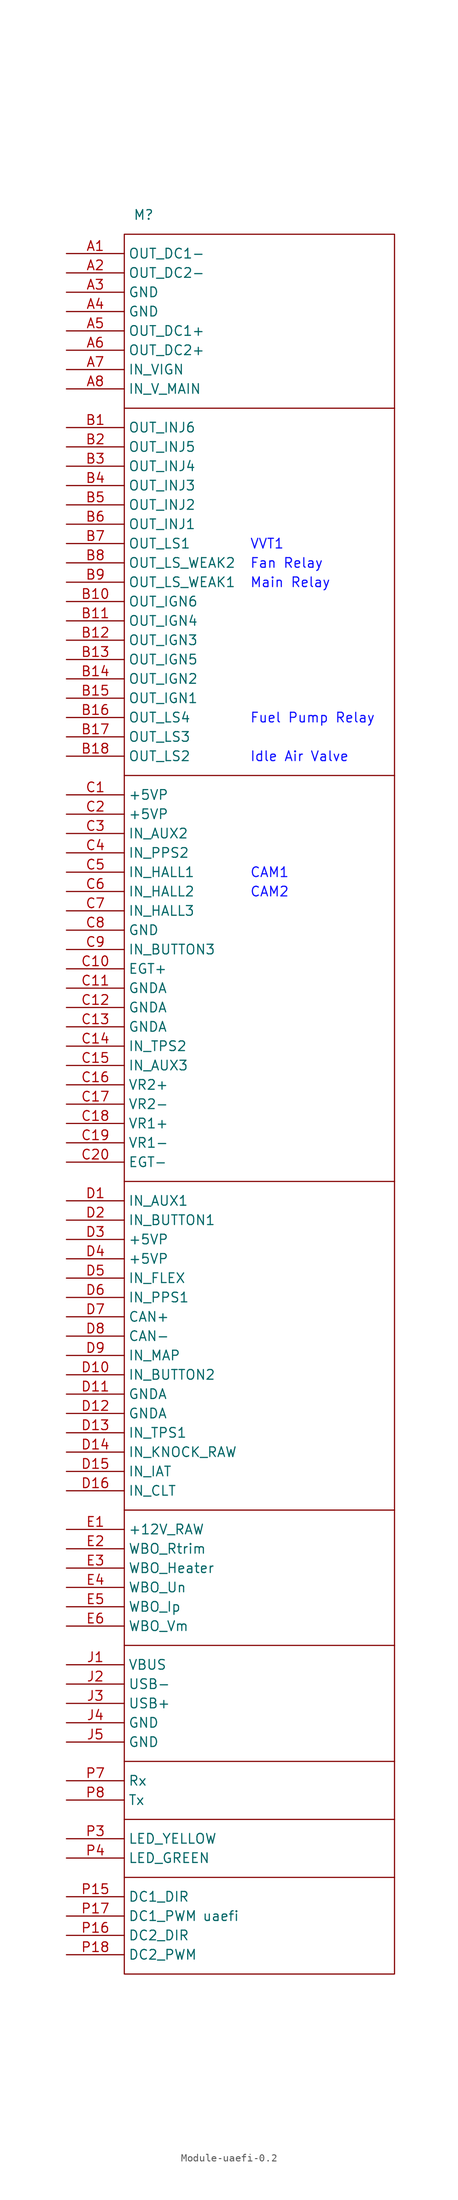
<source format=kicad_sym>
(kicad_symbol_lib
  (version 20220914)
  (generator kicad_symbol_editor)
  (symbol "Module-uaefi-0.2"
    (property "Reference" "M"
      (at 10.16 5.08 0)
      (effects (font (size 1.27 1.27))))
    (property "Value" "uaefi"
      (at 20.32 -218.44 0)
      (effects (font (size 1.27 1.27))))
    (symbol "Module-uaefi-0.2_0_1"
      (polyline (pts (xy 7.62 -213.36) (xy 43.18 -213.36)) (stroke (width 0) (type default)) (fill (type none)))
      (polyline (pts (xy 7.62 -205.74) (xy 43.18 -205.74)) (stroke (width 0) (type default)) (fill (type none)))
      (polyline (pts (xy 7.62 -198.12) (xy 43.18 -198.12)) (stroke (width 0) (type default)) (fill (type none)))
      (polyline (pts (xy 7.62 -182.88) (xy 43.18 -182.88)) (stroke (width 0) (type default)) (fill (type none)))
      (polyline (pts (xy 7.62 -165.1) (xy 43.18 -165.1)) (stroke (width 0) (type default)) (fill (type none)))
      (polyline (pts (xy 7.62 -121.92) (xy 43.18 -121.92)) (stroke (width 0) (type default)) (fill (type none)))
      (polyline (pts (xy 7.62 -68.58) (xy 43.18 -68.58)) (stroke (width 0) (type default)) (fill (type none)))
      (polyline (pts (xy 7.62 -20.32) (xy 43.18 -20.32)) (stroke (width 0) (type default)) (fill (type none)))
      (rectangle (start 7.62 2.54) (end 43.18 -226.06) (stroke (width 0) (type default)) (fill (type none))))
    (symbol "Module-uaefi-0.2_1_0"
      (pin passive line (at 0 -106.68 0) (length 7.62) (name "IN_AUX3" (effects (font (size 1.27 1.27)))) (number "C15" (effects (font (size 1.27 1.27)))))
      (pin passive line (at 0 -109.22 0) (length 7.62) (name "VR2+" (effects (font (size 1.27 1.27)))) (number "C16" (effects (font (size 1.27 1.27)))))
      (pin passive line (at 0 -111.76 0) (length 7.62) (name "VR2-" (effects (font (size 1.27 1.27)))) (number "C17" (effects (font (size 1.27 1.27)))))
      (pin passive line (at 0 -114.3 0) (length 7.62) (name "VR1+" (effects (font (size 1.27 1.27)))) (number "C18" (effects (font (size 1.27 1.27)))))
      (pin passive line (at 0 -116.84 0) (length 7.62) (name "VR1-" (effects (font (size 1.27 1.27)))) (number "C19" (effects (font (size 1.27 1.27)))))
      (pin passive line (at 0 -119.38 0) (length 7.62) (name "EGT-" (effects (font (size 1.27 1.27)))) (number "C20" (effects (font (size 1.27 1.27)))))
      (pin passive line (at 0 -124.46 0) (length 7.62) (name "IN_AUX1" (effects (font (size 1.27 1.27)))) (number "D1" (effects (font (size 1.27 1.27)))))
      (pin passive line (at 0 -147.32 0) (length 7.62) (name "IN_BUTTON2" (effects (font (size 1.27 1.27)))) (number "D10" (effects (font (size 1.27 1.27)))))
      (pin passive line (at 0 -149.86 0) (length 7.62) (name "GNDA" (effects (font (size 1.27 1.27)))) (number "D11" (effects (font (size 1.27 1.27)))))
      (pin passive line (at 0 -152.4 0) (length 7.62) (name "GNDA" (effects (font (size 1.27 1.27)))) (number "D12" (effects (font (size 1.27 1.27)))))
      (pin passive line (at 0 -154.94 0) (length 7.62) (name "IN_TPS1" (effects (font (size 1.27 1.27)))) (number "D13" (effects (font (size 1.27 1.27)))))
      (pin passive line (at 0 -157.48 0) (length 7.62) (name "IN_KNOCK_RAW" (effects (font (size 1.27 1.27)))) (number "D14" (effects (font (size 1.27 1.27)))))
      (pin passive line (at 0 -160.02 0) (length 7.62) (name "IN_IAT" (effects (font (size 1.27 1.27)))) (number "D15" (effects (font (size 1.27 1.27)))))
      (pin passive line (at 0 -162.56 0) (length 7.62) (name "IN_CLT" (effects (font (size 1.27 1.27)))) (number "D16" (effects (font (size 1.27 1.27)))))
      (pin passive line (at 0 -127 0) (length 7.62) (name "IN_BUTTON1" (effects (font (size 1.27 1.27)))) (number "D2" (effects (font (size 1.27 1.27)))))
      (pin passive line (at 0 -129.54 0) (length 7.62) (name "+5VP" (effects (font (size 1.27 1.27)))) (number "D3" (effects (font (size 1.27 1.27)))))
      (pin passive line (at 0 -132.08 0) (length 7.62) (name "+5VP" (effects (font (size 1.27 1.27)))) (number "D4" (effects (font (size 1.27 1.27)))))
      (pin passive line (at 0 -134.62 0) (length 7.62) (name "IN_FLEX" (effects (font (size 1.27 1.27)))) (number "D5" (effects (font (size 1.27 1.27)))))
      (pin passive line (at 0 -137.16 0) (length 7.62) (name "IN_PPS1" (effects (font (size 1.27 1.27)))) (number "D6" (effects (font (size 1.27 1.27)))))
      (pin passive line (at 0 -139.7 0) (length 7.62) (name "CAN+" (effects (font (size 1.27 1.27)))) (number "D7" (effects (font (size 1.27 1.27)))))
      (pin passive line (at 0 -142.24 0) (length 7.62) (name "CAN-" (effects (font (size 1.27 1.27)))) (number "D8" (effects (font (size 1.27 1.27)))))
      (pin passive line (at 0 -144.78 0) (length 7.62) (name "IN_MAP" (effects (font (size 1.27 1.27)))) (number "D9" (effects (font (size 1.27 1.27)))))
      (pin passive line (at 0 -167.64 0) (length 7.62) (name "+12V_RAW" (effects (font (size 1.27 1.27)))) (number "E1" (effects (font (size 1.27 1.27)))))
      (pin passive line (at 0 -170.18 0) (length 7.62) (name "WBO_Rtrim" (effects (font (size 1.27 1.27)))) (number "E2" (effects (font (size 1.27 1.27)))))
      (pin passive line (at 0 -172.72 0) (length 7.62) (name "WBO_Heater" (effects (font (size 1.27 1.27)))) (number "E3" (effects (font (size 1.27 1.27)))))
      (pin passive line (at 0 -175.26 0) (length 7.62) (name "WBO_Un" (effects (font (size 1.27 1.27)))) (number "E4" (effects (font (size 1.27 1.27)))))
      (pin passive line (at 0 -177.8 0) (length 7.62) (name "WBO_Ip" (effects (font (size 1.27 1.27)))) (number "E5" (effects (font (size 1.27 1.27)))))
      (pin passive line (at 0 -180.34 0) (length 7.62) (name "WBO_Vm" (effects (font (size 1.27 1.27)))) (number "E6" (effects (font (size 1.27 1.27)))))
      (pin passive line (at 0 -185.42 0) (length 7.62) (name "VBUS" (effects (font (size 1.27 1.27)))) (number "J1" (effects (font (size 1.27 1.27)))))
      (pin passive line (at 0 -187.96 0) (length 7.62) (name "USB-" (effects (font (size 1.27 1.27)))) (number "J2" (effects (font (size 1.27 1.27)))))
      (pin passive line (at 0 -190.5 0) (length 7.62) (name "USB+" (effects (font (size 1.27 1.27)))) (number "J3" (effects (font (size 1.27 1.27)))))
      (pin passive line (at 0 -193.04 0) (length 7.62) (name "GND" (effects (font (size 1.27 1.27)))) (number "J4" (effects (font (size 1.27 1.27)))))
      (pin passive line (at 0 -195.58 0) (length 7.62) (name "GND" (effects (font (size 1.27 1.27)))) (number "J5" (effects (font (size 1.27 1.27)))))
      (pin passive line (at 0 -215.9 0) (length 7.62) (name "DC1_DIR" (effects (font (size 1.27 1.27)))) (number "P15" (effects (font (size 1.27 1.27)))))
      (pin passive line (at 0 -220.98 0) (length 7.62) (name "DC2_DIR" (effects (font (size 1.27 1.27)))) (number "P16" (effects (font (size 1.27 1.27)))))
      (pin passive line (at 0 -218.44 0) (length 7.62) (name "DC1_PWM" (effects (font (size 1.27 1.27)))) (number "P17" (effects (font (size 1.27 1.27)))))
      (pin passive line (at 0 -223.52 0) (length 7.62) (name "DC2_PWM" (effects (font (size 1.27 1.27)))) (number "P18" (effects (font (size 1.27 1.27)))))
      (pin passive line (at 0 -208.28 0) (length 7.62) (name "LED_YELLOW" (effects (font (size 1.27 1.27)))) (number "P3" (effects (font (size 1.27 1.27)))))
      (pin passive line (at 0 -210.82 0) (length 7.62) (name "LED_GREEN" (effects (font (size 1.27 1.27)))) (number "P4" (effects (font (size 1.27 1.27)))))
      (pin passive line (at 0 -200.66 0) (length 7.62) (name "Rx" (effects (font (size 1.27 1.27)))) (number "P7" (effects (font (size 1.27 1.27)))))
      (pin passive line (at 0 -203.2 0) (length 7.62) (name "Tx" (effects (font (size 1.27 1.27)))) (number "P8" (effects (font (size 1.27 1.27))))))
    (symbol "Module-uaefi-0.2_1_1"
      (text "CAM1" (at 24.13 -81.28 0) (effects (font (size 1.27 1.27) (color 13 14 255 1)) (justify left)))
      (text "CAM2" (at 24.13 -83.82 0) (effects (font (size 1.27 1.27) (color 13 14 255 1)) (justify left)))
      (text "Fan Relay" (at 24.13 -40.64 0) (effects (font (size 1.27 1.27) (color 13 14 255 1)) (justify left)))
      (text "Fuel Pump Relay" (at 24.13 -60.96 0) (effects (font (size 1.27 1.27) (color 13 14 255 1)) (justify left)))
      (text "Idle Air Valve" (at 24.13 -66.04 0) (effects (font (size 1.27 1.27) (color 13 14 255 1)) (justify left)))
      (text "Main Relay" (at 24.13 -43.18 0) (effects (font (size 1.27 1.27) (color 13 14 255 1)) (justify left)))
      (text "VVT1" (at 24.13 -38.1 0) (effects (font (size 1.27 1.27) (color 13 14 255 1)) (justify left)))
      (pin passive line (at 0 0 0) (length 7.62) (name "OUT_DC1-" (effects (font (size 1.27 1.27)))) (number "A1" (effects (font (size 1.27 1.27)))))
      (pin passive line (at 0 -2.54 0) (length 7.62) (name "OUT_DC2-" (effects (font (size 1.27 1.27)))) (number "A2" (effects (font (size 1.27 1.27)))))
      (pin passive line (at 0 -5.08 0) (length 7.62) (name "GND" (effects (font (size 1.27 1.27)))) (number "A3" (effects (font (size 1.27 1.27)))))
      (pin passive line (at 0 -7.62 0) (length 7.62) (name "GND" (effects (font (size 1.27 1.27)))) (number "A4" (effects (font (size 1.27 1.27)))))
      (pin passive line (at 0 -10.16 0) (length 7.62) (name "OUT_DC1+" (effects (font (size 1.27 1.27)))) (number "A5" (effects (font (size 1.27 1.27)))))
      (pin passive line (at 0 -12.7 0) (length 7.62) (name "OUT_DC2+" (effects (font (size 1.27 1.27)))) (number "A6" (effects (font (size 1.27 1.27)))))
      (pin passive line (at 0 -15.24 0) (length 7.62) (name "IN_VIGN" (effects (font (size 1.27 1.27)))) (number "A7" (effects (font (size 1.27 1.27)))))
      (pin passive line (at 0 -17.78 0) (length 7.62) (name "IN_V_MAIN" (effects (font (size 1.27 1.27)))) (number "A8" (effects (font (size 1.27 1.27)))))
      (pin passive line (at 0 -22.86 0) (length 7.62) (name "OUT_INJ6" (effects (font (size 1.27 1.27)))) (number "B1" (effects (font (size 1.27 1.27)))))
      (pin passive line (at 0 -45.72 0) (length 7.62) (name "OUT_IGN6" (effects (font (size 1.27 1.27)))) (number "B10" (effects (font (size 1.27 1.27)))))
      (pin passive line (at 0 -48.26 0) (length 7.62) (name "OUT_IGN4" (effects (font (size 1.27 1.27)))) (number "B11" (effects (font (size 1.27 1.27)))))
      (pin passive line (at 0 -50.8 0) (length 7.62) (name "OUT_IGN3" (effects (font (size 1.27 1.27)))) (number "B12" (effects (font (size 1.27 1.27)))))
      (pin passive line (at 0 -53.34 0) (length 7.62) (name "OUT_IGN5" (effects (font (size 1.27 1.27)))) (number "B13" (effects (font (size 1.27 1.27)))))
      (pin passive line (at 0 -55.88 0) (length 7.62) (name "OUT_IGN2" (effects (font (size 1.27 1.27)))) (number "B14" (effects (font (size 1.27 1.27)))))
      (pin passive line (at 0 -58.42 0) (length 7.62) (name "OUT_IGN1" (effects (font (size 1.27 1.27)))) (number "B15" (effects (font (size 1.27 1.27)))))
      (pin passive line (at 0 -60.96 0) (length 7.62) (name "OUT_LS4" (effects (font (size 1.27 1.27)))) (number "B16" (effects (font (size 1.27 1.27)))))
      (pin passive line (at 0 -63.5 0) (length 7.62) (name "OUT_LS3" (effects (font (size 1.27 1.27)))) (number "B17" (effects (font (size 1.27 1.27)))))
      (pin passive line (at 0 -66.04 0) (length 7.62) (name "OUT_LS2" (effects (font (size 1.27 1.27)))) (number "B18" (effects (font (size 1.27 1.27)))))
      (pin passive line (at 0 -25.4 0) (length 7.62) (name "OUT_INJ5" (effects (font (size 1.27 1.27)))) (number "B2" (effects (font (size 1.27 1.27)))))
      (pin passive line (at 0 -27.94 0) (length 7.62) (name "OUT_INJ4" (effects (font (size 1.27 1.27)))) (number "B3" (effects (font (size 1.27 1.27)))))
      (pin passive line (at 0 -30.48 0) (length 7.62) (name "OUT_INJ3" (effects (font (size 1.27 1.27)))) (number "B4" (effects (font (size 1.27 1.27)))))
      (pin passive line (at 0 -33.02 0) (length 7.62) (name "OUT_INJ2" (effects (font (size 1.27 1.27)))) (number "B5" (effects (font (size 1.27 1.27)))))
      (pin passive line (at 0 -35.56 0) (length 7.62) (name "OUT_INJ1" (effects (font (size 1.27 1.27)))) (number "B6" (effects (font (size 1.27 1.27)))))
      (pin passive line (at 0 -38.1 0) (length 7.62) (name "OUT_LS1" (effects (font (size 1.27 1.27)))) (number "B7" (effects (font (size 1.27 1.27)))))
      (pin passive line (at 0 -40.64 0) (length 7.62) (name "OUT_LS_WEAK2" (effects (font (size 1.27 1.27)))) (number "B8" (effects (font (size 1.27 1.27)))))
      (pin passive line (at 0 -43.18 0) (length 7.62) (name "OUT_LS_WEAK1" (effects (font (size 1.27 1.27)))) (number "B9" (effects (font (size 1.27 1.27)))))
      (pin passive line (at 0 -71.12 0) (length 7.62) (name "+5VP" (effects (font (size 1.27 1.27)))) (number "C1" (effects (font (size 1.27 1.27)))))
      (pin passive line (at 0 -93.98 0) (length 7.62) (name "EGT+" (effects (font (size 1.27 1.27)))) (number "C10" (effects (font (size 1.27 1.27)))))
      (pin passive line (at 0 -96.52 0) (length 7.62) (name "GNDA" (effects (font (size 1.27 1.27)))) (number "C11" (effects (font (size 1.27 1.27)))))
      (pin passive line (at 0 -99.06 0) (length 7.62) (name "GNDA" (effects (font (size 1.27 1.27)))) (number "C12" (effects (font (size 1.27 1.27)))))
      (pin passive line (at 0 -101.6 0) (length 7.62) (name "GNDA" (effects (font (size 1.27 1.27)))) (number "C13" (effects (font (size 1.27 1.27)))))
      (pin passive line (at 0 -104.14 0) (length 7.62) (name "IN_TPS2" (effects (font (size 1.27 1.27)))) (number "C14" (effects (font (size 1.27 1.27)))))
      (pin passive line (at 0 -73.66 0) (length 7.62) (name "+5VP" (effects (font (size 1.27 1.27)))) (number "C2" (effects (font (size 1.27 1.27)))))
      (pin passive line (at 0 -76.2 0) (length 7.62) (name "IN_AUX2" (effects (font (size 1.27 1.27)))) (number "C3" (effects (font (size 1.27 1.27)))))
      (pin passive line (at 0 -78.74 0) (length 7.62) (name "IN_PPS2" (effects (font (size 1.27 1.27)))) (number "C4" (effects (font (size 1.27 1.27)))))
      (pin passive line (at 0 -81.28 0) (length 7.62) (name "IN_HALL1" (effects (font (size 1.27 1.27)))) (number "C5" (effects (font (size 1.27 1.27)))))
      (pin passive line (at 0 -83.82 0) (length 7.62) (name "IN_HALL2" (effects (font (size 1.27 1.27)))) (number "C6" (effects (font (size 1.27 1.27)))))
      (pin passive line (at 0 -86.36 0) (length 7.62) (name "IN_HALL3" (effects (font (size 1.27 1.27)))) (number "C7" (effects (font (size 1.27 1.27)))))
      (pin passive line (at 0 -88.9 0) (length 7.62) (name "GND" (effects (font (size 1.27 1.27)))) (number "C8" (effects (font (size 1.27 1.27)))))
      (pin passive line (at 0 -91.44 0) (length 7.62) (name "IN_BUTTON3" (effects (font (size 1.27 1.27)))) (number "C9" (effects (font (size 1.27 1.27))))))))
</source>
